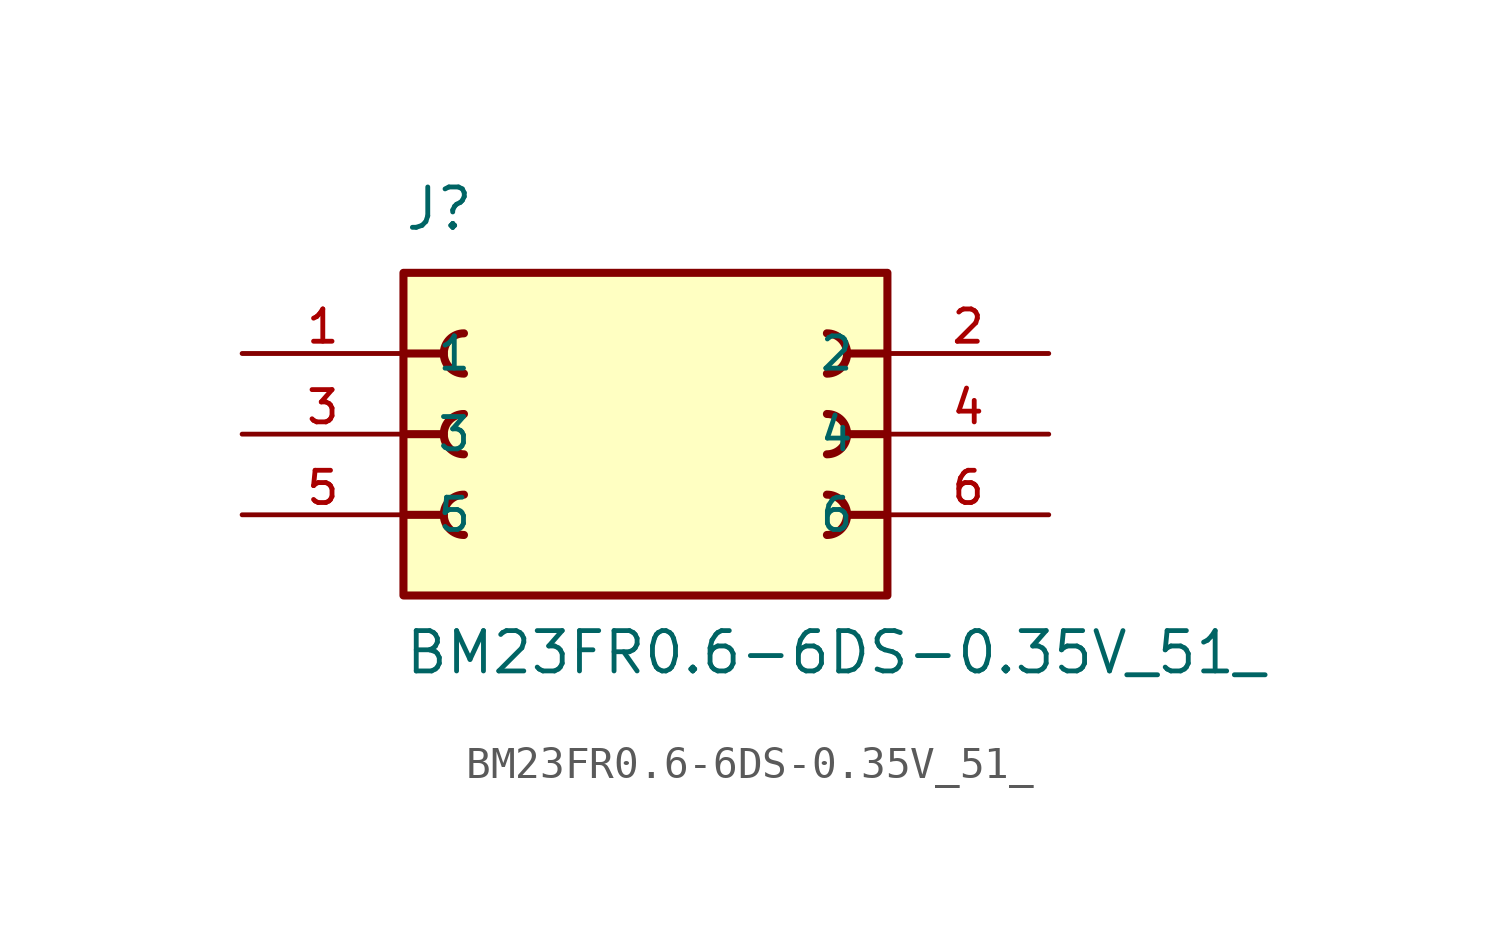
<source format=kicad_sym>
(kicad_symbol_lib
  (version 20211014)
  (generator kicad_symbol_editor)
  (symbol "BM23FR0.6-6DS-0.35V_51_"
    (pin_names
      (offset 1.016))
    (property "Reference" "J"
      (at -7.62 6.35 0)
      (effects (font (size 1.27 1.27)) (justify bottom left)))
    (property "Value" "BM23FR0.6-6DS-0.35V_51_"
      (at -7.62 -7.62 0)
      (effects (font (size 1.27 1.27)) (justify bottom left)))
    (symbol "BM23FR0.6-6DS-0.35V_51__0_0"
      (polyline (pts (xy 7.62 2.54) (xy 6.35 2.54)) (stroke (width 0.254)))
      (arc (start 5.715 1.905) (mid 6.35 2.54) (end 5.715 3.175) (stroke (width 0.254) (type default) (color 0 0 0 0)) (fill (type none)))
      (polyline (pts (xy 7.62 0.0) (xy 6.35 0.0)) (stroke (width 0.254)))
      (arc (start 5.715 -0.635) (mid 6.35 0.0) (end 5.715 0.635) (stroke (width 0.254) (type default) (color 0 0 0 0)) (fill (type none)))
      (polyline (pts (xy 7.62 -2.54) (xy 6.35 -2.54)) (stroke (width 0.254)))
      (arc (start 5.715 -3.175) (mid 6.35 -2.54) (end 5.715 -1.905) (stroke (width 0.254) (type default) (color 0 0 0 0)) (fill (type none)))
      (polyline (pts (xy -7.62 -2.54) (xy -6.35 -2.54)) (stroke (width 0.254)))
      (arc (start -5.715 -1.905) (mid -6.35 -2.54) (end -5.715 -3.175) (stroke (width 0.254) (type default) (color 0 0 0 0)) (fill (type none)))
      (polyline (pts (xy -7.62 0.0) (xy -6.35 0.0)) (stroke (width 0.254)))
      (arc (start -5.715 0.635) (mid -6.35 -0.0) (end -5.715 -0.635) (stroke (width 0.254) (type default) (color 0 0 0 0)) (fill (type none)))
      (polyline (pts (xy -7.62 2.54) (xy -6.35 2.54)) (stroke (width 0.254)))
      (arc (start -5.715 3.175) (mid -6.35 2.54) (end -5.715 1.905) (stroke (width 0.254) (type default) (color 0 0 0 0)) (fill (type none)))
      (rectangle (start -7.62 -5.08) (end 7.62 5.08) (stroke (width 0.254)) (fill (type background)))
      (pin passive line (at -12.7 2.54 0) (length 5.08) (name "1" (effects (font (size 1.016 1.016)))) (number "1" (effects (font (size 1.016 1.016)))))
      (pin passive line (at 12.7 2.54 180.0) (length 5.08) (name "2" (effects (font (size 1.016 1.016)))) (number "2" (effects (font (size 1.016 1.016)))))
      (pin passive line (at -12.7 0.0 0) (length 5.08) (name "3" (effects (font (size 1.016 1.016)))) (number "3" (effects (font (size 1.016 1.016)))))
      (pin passive line (at 12.7 0.0 180.0) (length 5.08) (name "4" (effects (font (size 1.016 1.016)))) (number "4" (effects (font (size 1.016 1.016)))))
      (pin passive line (at -12.7 -2.54 0) (length 5.08) (name "5" (effects (font (size 1.016 1.016)))) (number "5" (effects (font (size 1.016 1.016)))))
      (pin passive line (at 12.7 -2.54 180.0) (length 5.08) (name "6" (effects (font (size 1.016 1.016)))) (number "6" (effects (font (size 1.016 1.016))))))))
</source>
